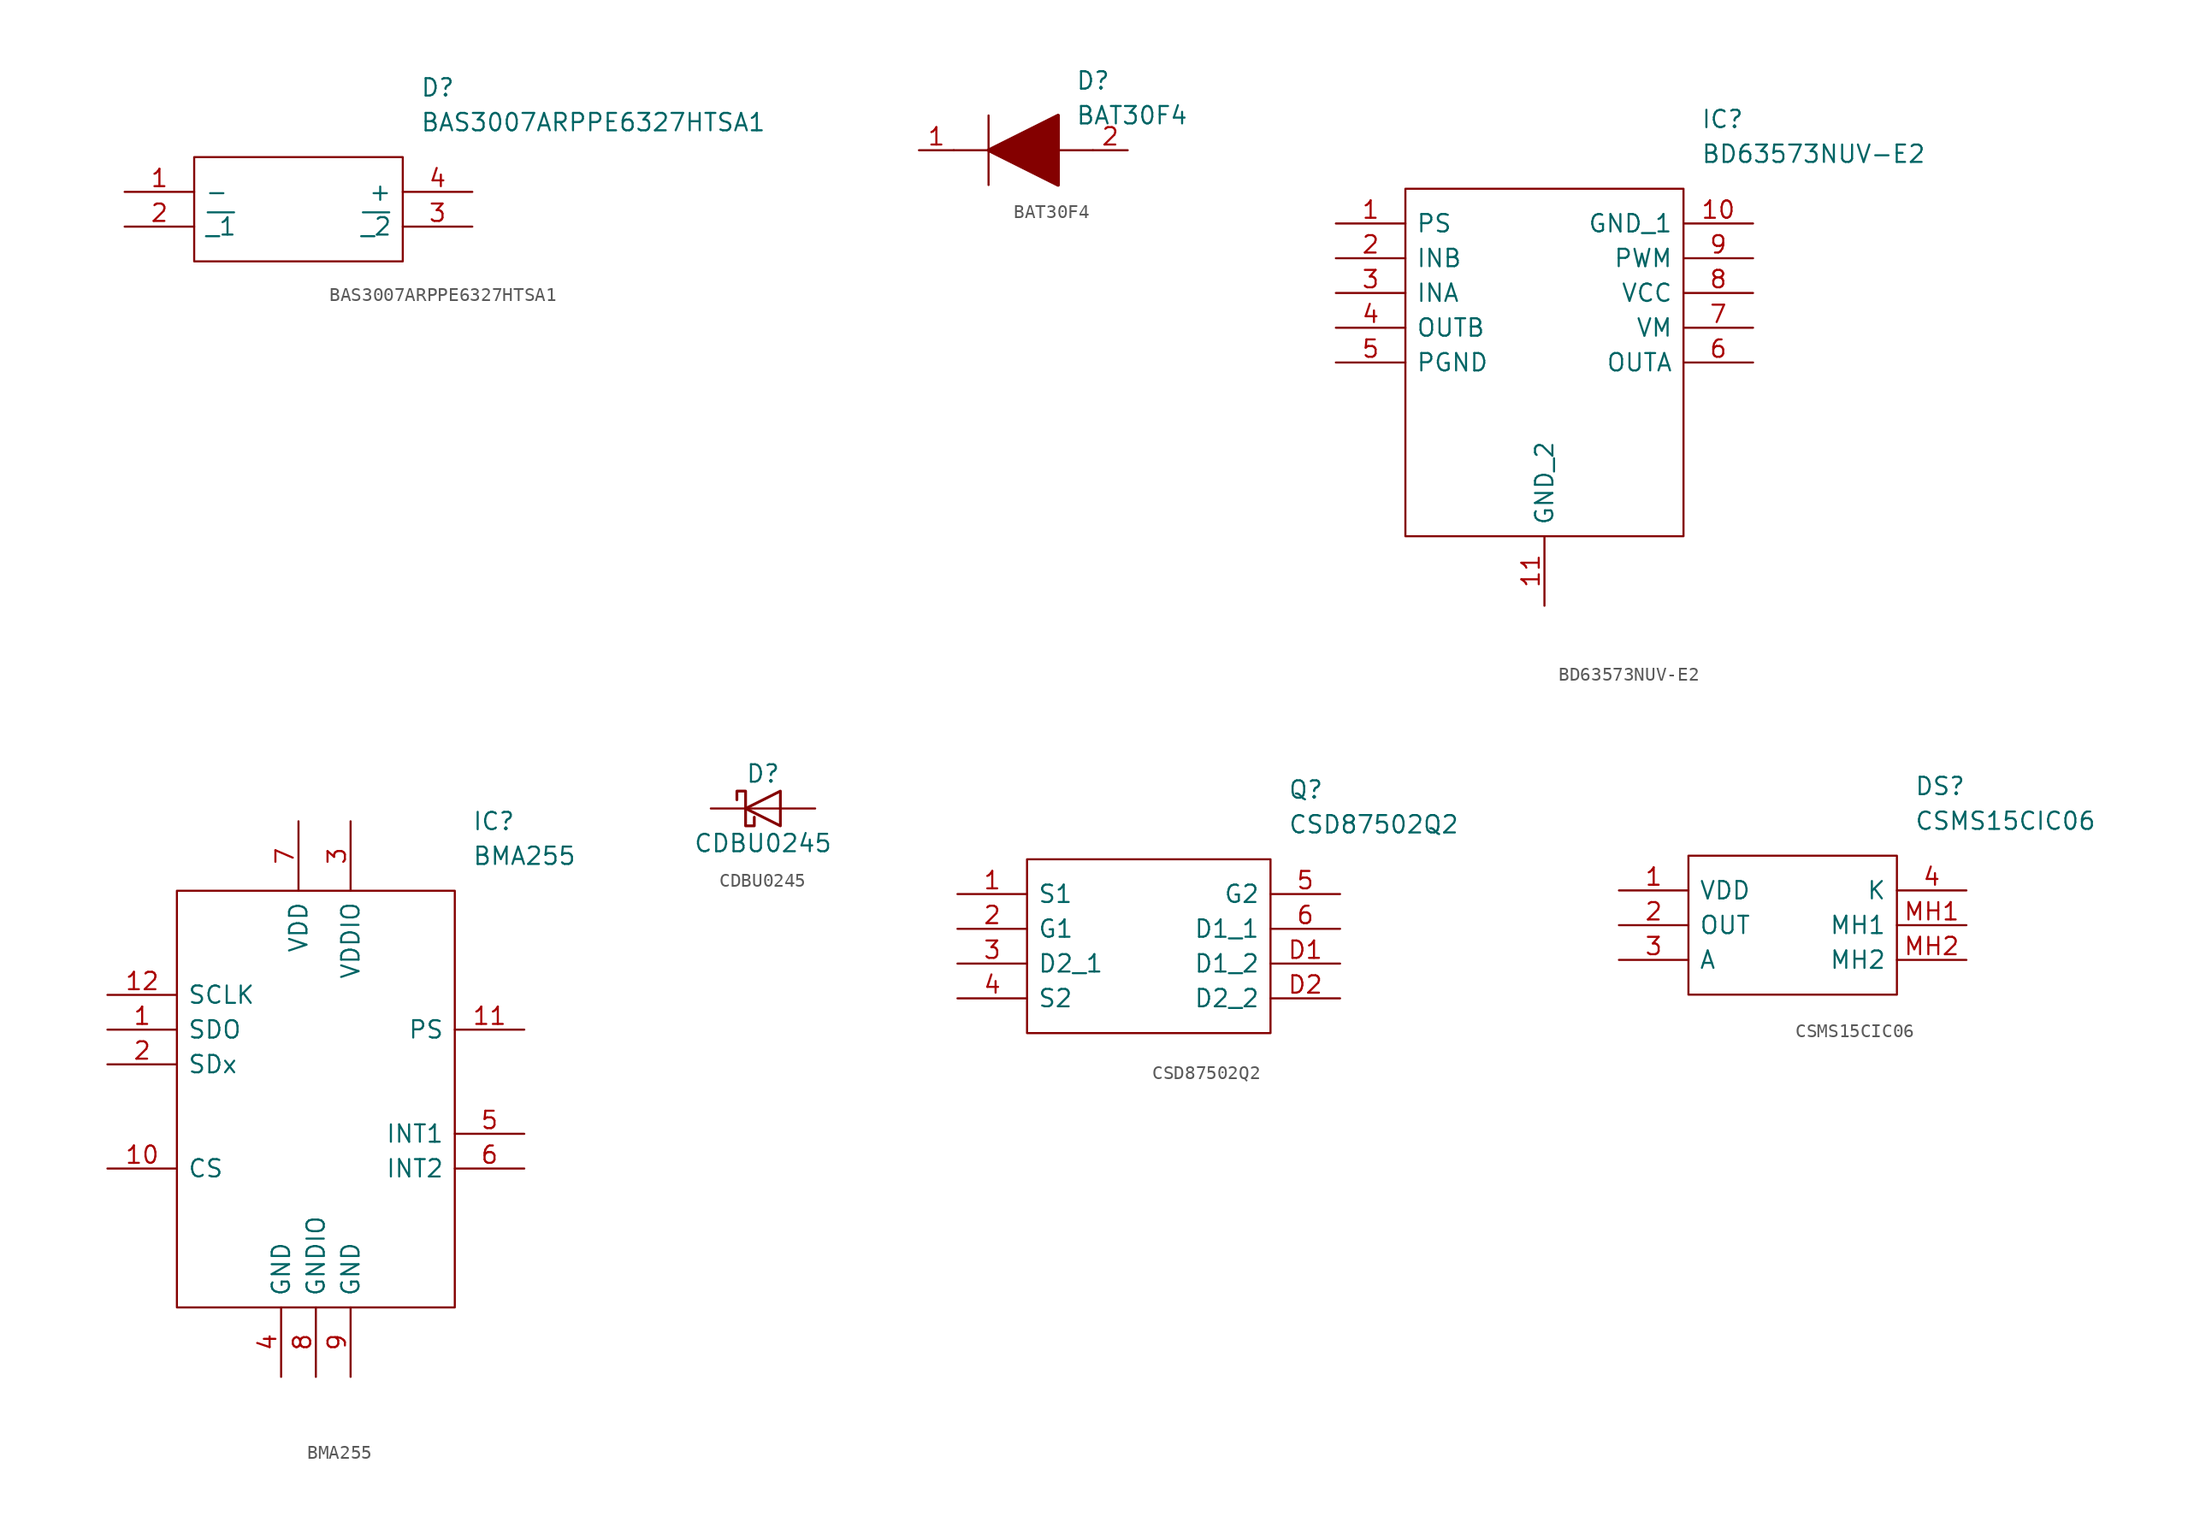
<source format=kicad_sym>
(kicad_symbol_lib
  (version 20241209)
  (generator "kicad_symbol_editor")
  (generator_version "9.0")
  (symbol "BAS3007ARPPE6327HTSA1"
    (pin_names
      (offset 0.762))
    (property "Reference" "D"
      (at 21.59 7.62 0)
      (effects (font (size 1.27 1.27)) (justify left)))
    (property "Value" "BAS3007ARPPE6327HTSA1"
      (at 21.59 5.08 0)
      (effects (font (size 1.27 1.27)) (justify left)))
    (symbol "BAS3007ARPPE6327HTSA1_0_0"
      (pin passive line (at 0 0 0) (length 5.08) (name "-" (effects (font (size 1.27 1.27)))) (number "1" (effects (font (size 1.27 1.27)))))
      (pin passive line (at 0 -2.54 0) (length 5.08) (name "~{_1}" (effects (font (size 1.27 1.27)))) (number "2" (effects (font (size 1.27 1.27)))))
      (pin passive line (at 25.4 0 180) (length 5.08) (name "+" (effects (font (size 1.27 1.27)))) (number "4" (effects (font (size 1.27 1.27)))))
      (pin passive line (at 25.4 -2.54 180) (length 5.08) (name "~{_2}" (effects (font (size 1.27 1.27)))) (number "3" (effects (font (size 1.27 1.27))))))
    (symbol "BAS3007ARPPE6327HTSA1_0_1"
      (polyline (pts (xy 5.08 2.54) (xy 20.32 2.54) (xy 20.32 -5.08) (xy 5.08 -5.08) (xy 5.08 2.54)) (stroke (width 0.152) (type solid)) (fill (type none)))))
  (symbol "BAT30F4"
    (pin_names
      (offset 0.762))
    (property "Reference" "D"
      (at 11.43 5.08 0)
      (effects (font (size 1.27 1.27)) (justify left)))
    (property "Value" "BAT30F4"
      (at 11.43 2.54 0)
      (effects (font (size 1.27 1.27)) (justify left)))
    (symbol "BAT30F4_0_0"
      (pin passive line (at 0 0 0) (length 2.54) (name "~" (effects (font (size 1.27 1.27)))) (number "1" (effects (font (size 1.27 1.27)))))
      (pin passive line (at 15.24 0 180) (length 2.54) (name "~" (effects (font (size 1.27 1.27)))) (number "2" (effects (font (size 1.27 1.27))))))
    (symbol "BAT30F4_0_1"
      (polyline (pts (xy 2.54 0) (xy 5.08 0)) (stroke (width 0.152) (type solid)) (fill (type none)))
      (polyline (pts (xy 5.08 2.54) (xy 5.08 -2.54)) (stroke (width 0.152) (type solid)) (fill (type none)))
      (polyline (pts (xy 5.08 0) (xy 10.16 2.54) (xy 10.16 -2.54) (xy 5.08 0)) (stroke (width 0.254) (type solid)) (fill (type outline)))
      (polyline (pts (xy 10.16 0) (xy 12.7 0)) (stroke (width 0.152) (type solid)) (fill (type none)))))
  (symbol "BD63573NUV-E2"
    (pin_names
      (offset 0.762))
    (property "Reference" "IC"
      (at 26.67 7.62 0)
      (effects (font (size 1.27 1.27)) (justify left)))
    (property "Value" "BD63573NUV-E2"
      (at 26.67 5.08 0)
      (effects (font (size 1.27 1.27)) (justify left)))
    (symbol "BD63573NUV-E2_0_0"
      (pin bidirectional line (at 0 0 0) (length 5.08) (name "PS" (effects (font (size 1.27 1.27)))) (number "1" (effects (font (size 1.27 1.27)))))
      (pin bidirectional line (at 0 -2.54 0) (length 5.08) (name "INB" (effects (font (size 1.27 1.27)))) (number "2" (effects (font (size 1.27 1.27)))))
      (pin bidirectional line (at 0 -5.08 0) (length 5.08) (name "INA" (effects (font (size 1.27 1.27)))) (number "3" (effects (font (size 1.27 1.27)))))
      (pin bidirectional line (at 0 -7.62 0) (length 5.08) (name "OUTB" (effects (font (size 1.27 1.27)))) (number "4" (effects (font (size 1.27 1.27)))))
      (pin bidirectional line (at 0 -10.16 0) (length 5.08) (name "PGND" (effects (font (size 1.27 1.27)))) (number "5" (effects (font (size 1.27 1.27)))))
      (pin bidirectional line (at 15.24 -27.94 90) (length 5.08) (name "GND_2" (effects (font (size 1.27 1.27)))) (number "11" (effects (font (size 1.27 1.27)))))
      (pin bidirectional line (at 30.48 0 180) (length 5.08) (name "GND_1" (effects (font (size 1.27 1.27)))) (number "10" (effects (font (size 1.27 1.27)))))
      (pin bidirectional line (at 30.48 -2.54 180) (length 5.08) (name "PWM" (effects (font (size 1.27 1.27)))) (number "9" (effects (font (size 1.27 1.27)))))
      (pin bidirectional line (at 30.48 -5.08 180) (length 5.08) (name "VCC" (effects (font (size 1.27 1.27)))) (number "8" (effects (font (size 1.27 1.27)))))
      (pin bidirectional line (at 30.48 -7.62 180) (length 5.08) (name "VM" (effects (font (size 1.27 1.27)))) (number "7" (effects (font (size 1.27 1.27)))))
      (pin bidirectional line (at 30.48 -10.16 180) (length 5.08) (name "OUTA" (effects (font (size 1.27 1.27)))) (number "6" (effects (font (size 1.27 1.27))))))
    (symbol "BD63573NUV-E2_0_1"
      (polyline (pts (xy 5.08 2.54) (xy 25.4 2.54) (xy 25.4 -22.86) (xy 5.08 -22.86) (xy 5.08 2.54)) (stroke (width 0.152) (type solid)) (fill (type none)))))
  (symbol "BMA255"
    (pin_names
      (offset 0.762))
    (property "Reference" "IC"
      (at 26.67 15.24 0)
      (effects (font (size 1.27 1.27)) (justify left)))
    (property "Value" "BMA255"
      (at 26.67 12.7 0)
      (effects (font (size 1.27 1.27)) (justify left)))
    (symbol "BMA255_0_0"
      (pin passive line (at 0 2.54 0) (length 5.08) (name "SCLK" (effects (font (size 1.27 1.27)))) (number "12" (effects (font (size 1.27 1.27)))))
      (pin output line (at 0 0 0) (length 5.08) (name "SDO" (effects (font (size 1.27 1.27)))) (number "1" (effects (font (size 1.27 1.27)))))
      (pin bidirectional line (at 0 -2.54 0) (length 5.08) (name "SDx" (effects (font (size 1.27 1.27)))) (number "2" (effects (font (size 1.27 1.27)))))
      (pin passive line (at 0 -10.16 0) (length 5.08) (name "CS" (effects (font (size 1.27 1.27)))) (number "10" (effects (font (size 1.27 1.27)))))
      (pin passive line (at 12.7 -25.4 90) (length 5.08) (name "GND" (effects (font (size 1.27 1.27)))) (number "4" (effects (font (size 1.27 1.27)))))
      (pin power_in line (at 13.97 15.24 270) (length 5.08) (name "VDD" (effects (font (size 1.27 1.27)))) (number "7" (effects (font (size 1.27 1.27)))))
      (pin passive line (at 15.24 -25.4 90) (length 5.08) (name "GNDIO" (effects (font (size 1.27 1.27)))) (number "8" (effects (font (size 1.27 1.27)))))
      (pin passive line (at 17.78 15.24 270) (length 5.08) (name "VDDIO" (effects (font (size 1.27 1.27)))) (number "3" (effects (font (size 1.27 1.27)))))
      (pin passive line (at 17.78 -25.4 90) (length 5.08) (name "GND" (effects (font (size 1.27 1.27)))) (number "9" (effects (font (size 1.27 1.27)))))
      (pin passive line (at 30.48 0 180) (length 5.08) (name "PS" (effects (font (size 1.27 1.27)))) (number "11" (effects (font (size 1.27 1.27)))))
      (pin open_collector line (at 30.48 -7.62 180) (length 5.08) (name "INT1" (effects (font (size 1.27 1.27)))) (number "5" (effects (font (size 1.27 1.27)))))
      (pin open_collector line (at 30.48 -10.16 180) (length 5.08) (name "INT2" (effects (font (size 1.27 1.27)))) (number "6" (effects (font (size 1.27 1.27))))))
    (symbol "BMA255_0_1"
      (polyline (pts (xy 5.08 10.16) (xy 25.4 10.16) (xy 25.4 -20.32) (xy 5.08 -20.32) (xy 5.08 10.16)) (stroke (width 0.152) (type solid)) (fill (type none)))))
  (symbol "CDBU0245"
    (pin_numbers
      (hide yes))
    (pin_names
      (offset 1.016)
      (hide yes))
    (property "Reference" "D"
      (at 0 2.54 0)
      (effects (font (size 1.27 1.27))))
    (property "Value" "CDBU0245"
      (at 0 -2.54 0)
      (effects (font (size 1.27 1.27))))
    (symbol "CDBU0245_0_1"
      (polyline (pts (xy -1.905 0.635) (xy -1.905 1.27) (xy -1.27 1.27) (xy -1.27 -1.27) (xy -0.635 -1.27) (xy -0.635 -0.635)) (stroke (width 0.203) (type solid)) (fill (type none)))
      (polyline (pts (xy 1.27 1.27) (xy 1.27 -1.27) (xy -1.27 0) (xy 1.27 1.27)) (stroke (width 0.203) (type solid)) (fill (type none)))
      (polyline (pts (xy 1.27 0) (xy -1.27 0)) (stroke (width 0) (type solid)) (fill (type none))))
    (symbol "CDBU0245_1_1"
      (pin passive line (at -3.81 0 0) (length 2.54) (name "K" (effects (font (size 1.27 1.27)))) (number "1" (effects (font (size 1.27 1.27)))))
      (pin passive line (at 3.81 0 180) (length 2.54) (name "A" (effects (font (size 1.27 1.27)))) (number "2" (effects (font (size 1.27 1.27)))))))
  (symbol "CSD87502Q2"
    (pin_names
      (offset 0.762))
    (property "Reference" "Q"
      (at 24.13 7.62 0)
      (effects (font (size 1.27 1.27)) (justify left)))
    (property "Value" "CSD87502Q2"
      (at 24.13 5.08 0)
      (effects (font (size 1.27 1.27)) (justify left)))
    (symbol "CSD87502Q2_0_0"
      (pin passive line (at 0 0 0) (length 5.08) (name "S1" (effects (font (size 1.27 1.27)))) (number "1" (effects (font (size 1.27 1.27)))))
      (pin passive line (at 0 -2.54 0) (length 5.08) (name "G1" (effects (font (size 1.27 1.27)))) (number "2" (effects (font (size 1.27 1.27)))))
      (pin passive line (at 0 -5.08 0) (length 5.08) (name "D2_1" (effects (font (size 1.27 1.27)))) (number "3" (effects (font (size 1.27 1.27)))))
      (pin passive line (at 0 -7.62 0) (length 5.08) (name "S2" (effects (font (size 1.27 1.27)))) (number "4" (effects (font (size 1.27 1.27)))))
      (pin passive line (at 27.94 0 180) (length 5.08) (name "G2" (effects (font (size 1.27 1.27)))) (number "5" (effects (font (size 1.27 1.27)))))
      (pin passive line (at 27.94 -2.54 180) (length 5.08) (name "D1_1" (effects (font (size 1.27 1.27)))) (number "6" (effects (font (size 1.27 1.27)))))
      (pin passive line (at 27.94 -5.08 180) (length 5.08) (name "D1_2" (effects (font (size 1.27 1.27)))) (number "D1" (effects (font (size 1.27 1.27)))))
      (pin passive line (at 27.94 -7.62 180) (length 5.08) (name "D2_2" (effects (font (size 1.27 1.27)))) (number "D2" (effects (font (size 1.27 1.27))))))
    (symbol "CSD87502Q2_0_1"
      (polyline (pts (xy 5.08 2.54) (xy 22.86 2.54) (xy 22.86 -10.16) (xy 5.08 -10.16) (xy 5.08 2.54)) (stroke (width 0.152) (type solid)) (fill (type none)))))
  (symbol "CSMS15CIC06"
    (pin_names
      (offset 0.762))
    (property "Reference" "DS"
      (at 21.59 7.62 0)
      (effects (font (size 1.27 1.27)) (justify left)))
    (property "Value" "CSMS15CIC06"
      (at 21.59 5.08 0)
      (effects (font (size 1.27 1.27)) (justify left)))
    (symbol "CSMS15CIC06_0_0"
      (pin passive line (at 0 0 0) (length 5.08) (name "VDD" (effects (font (size 1.27 1.27)))) (number "1" (effects (font (size 1.27 1.27)))))
      (pin passive line (at 0 -2.54 0) (length 5.08) (name "OUT" (effects (font (size 1.27 1.27)))) (number "2" (effects (font (size 1.27 1.27)))))
      (pin passive line (at 0 -5.08 0) (length 5.08) (name "A" (effects (font (size 1.27 1.27)))) (number "3" (effects (font (size 1.27 1.27)))))
      (pin passive line (at 25.4 0 180) (length 5.08) (name "K" (effects (font (size 1.27 1.27)))) (number "4" (effects (font (size 1.27 1.27)))))
      (pin passive line (at 25.4 -2.54 180) (length 5.08) (name "MH1" (effects (font (size 1.27 1.27)))) (number "MH1" (effects (font (size 1.27 1.27)))))
      (pin passive line (at 25.4 -5.08 180) (length 5.08) (name "MH2" (effects (font (size 1.27 1.27)))) (number "MH2" (effects (font (size 1.27 1.27))))))
    (symbol "CSMS15CIC06_0_1"
      (polyline (pts (xy 5.08 2.54) (xy 20.32 2.54) (xy 20.32 -7.62) (xy 5.08 -7.62) (xy 5.08 2.54)) (stroke (width 0.152) (type solid)) (fill (type none))))))
</source>
